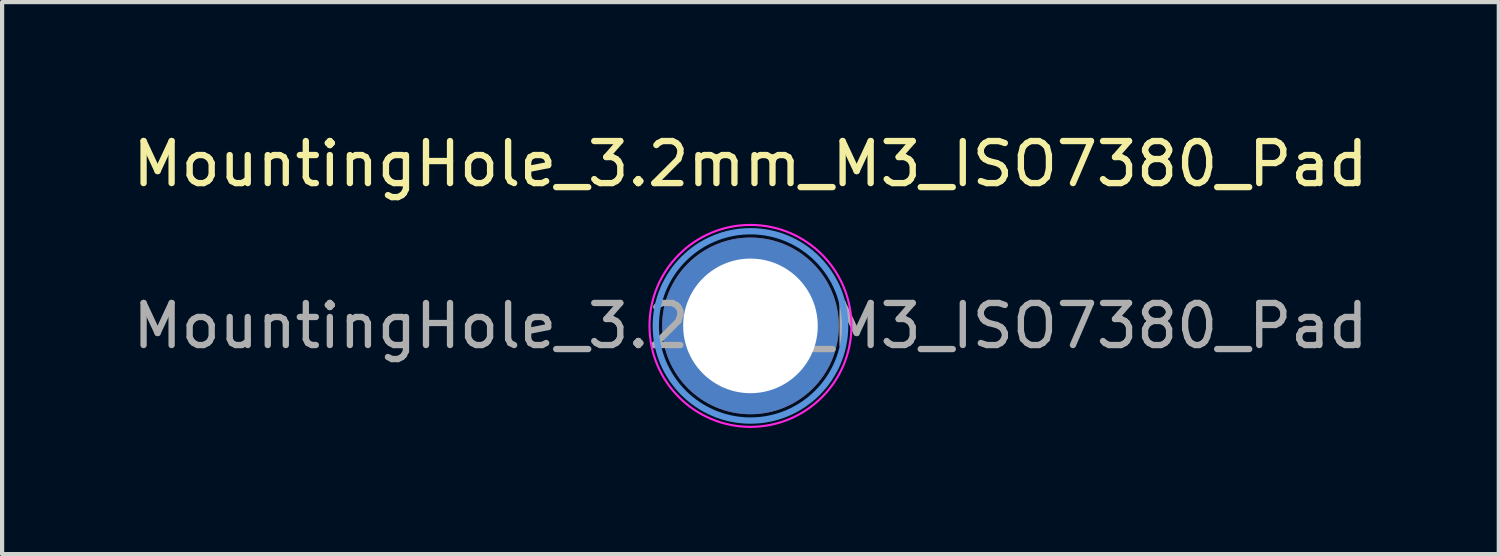
<source format=kicad_pcb>
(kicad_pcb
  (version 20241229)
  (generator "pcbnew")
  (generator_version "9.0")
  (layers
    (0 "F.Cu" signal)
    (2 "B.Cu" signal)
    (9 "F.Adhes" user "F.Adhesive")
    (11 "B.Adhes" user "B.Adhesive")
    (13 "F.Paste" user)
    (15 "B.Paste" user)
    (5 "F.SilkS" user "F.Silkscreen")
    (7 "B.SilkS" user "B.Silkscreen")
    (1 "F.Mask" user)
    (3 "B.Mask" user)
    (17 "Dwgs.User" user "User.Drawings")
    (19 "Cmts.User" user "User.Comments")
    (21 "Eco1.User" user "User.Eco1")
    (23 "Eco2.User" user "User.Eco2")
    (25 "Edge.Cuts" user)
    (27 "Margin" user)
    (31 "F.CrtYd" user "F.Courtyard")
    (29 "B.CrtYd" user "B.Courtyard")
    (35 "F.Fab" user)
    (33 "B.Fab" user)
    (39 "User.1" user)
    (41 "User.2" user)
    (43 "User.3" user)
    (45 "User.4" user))
  (footprint "MountingHole_3.2mm_M3_ISO7380_Pad"
    (layer "F.Cu")
    (at 14.792 4.698)
    (property "Reference" "MountingHole_3.2mm_M3_ISO7380_Pad" (at 0 -3.85 0) (layer "F.SilkS") (effects (font (size 1 1) (thickness 0.15))))
    (attr exclude_from_pos_files exclude_from_bom)
    (fp_circle (center 0 0) (end 2.25 0.05) (stroke (width 0.15) (type solid)) (fill no) (layer "Cmts.User"))
    (fp_circle (center 0 0) (end 2.4 -0.05) (stroke (width 0.05) (type solid)) (fill no) (layer "F.CrtYd"))
    (fp_text user "${REFERENCE}" (at 0 0 0) (layer "F.Fab") (effects (font (size 1 1) (thickness 0.15))))
    (pad "1" thru_hole circle (at 0 0) (size 4.2 4.2) (drill 3.2) (layers "*.Cu" "*.Mask")))
  (gr_rect
    (start -3 -3)
    (end 32.583 10.124)
    (stroke (width 0.1) (type default))
    (fill no)
    (layer "Edge.Cuts")))
</source>
